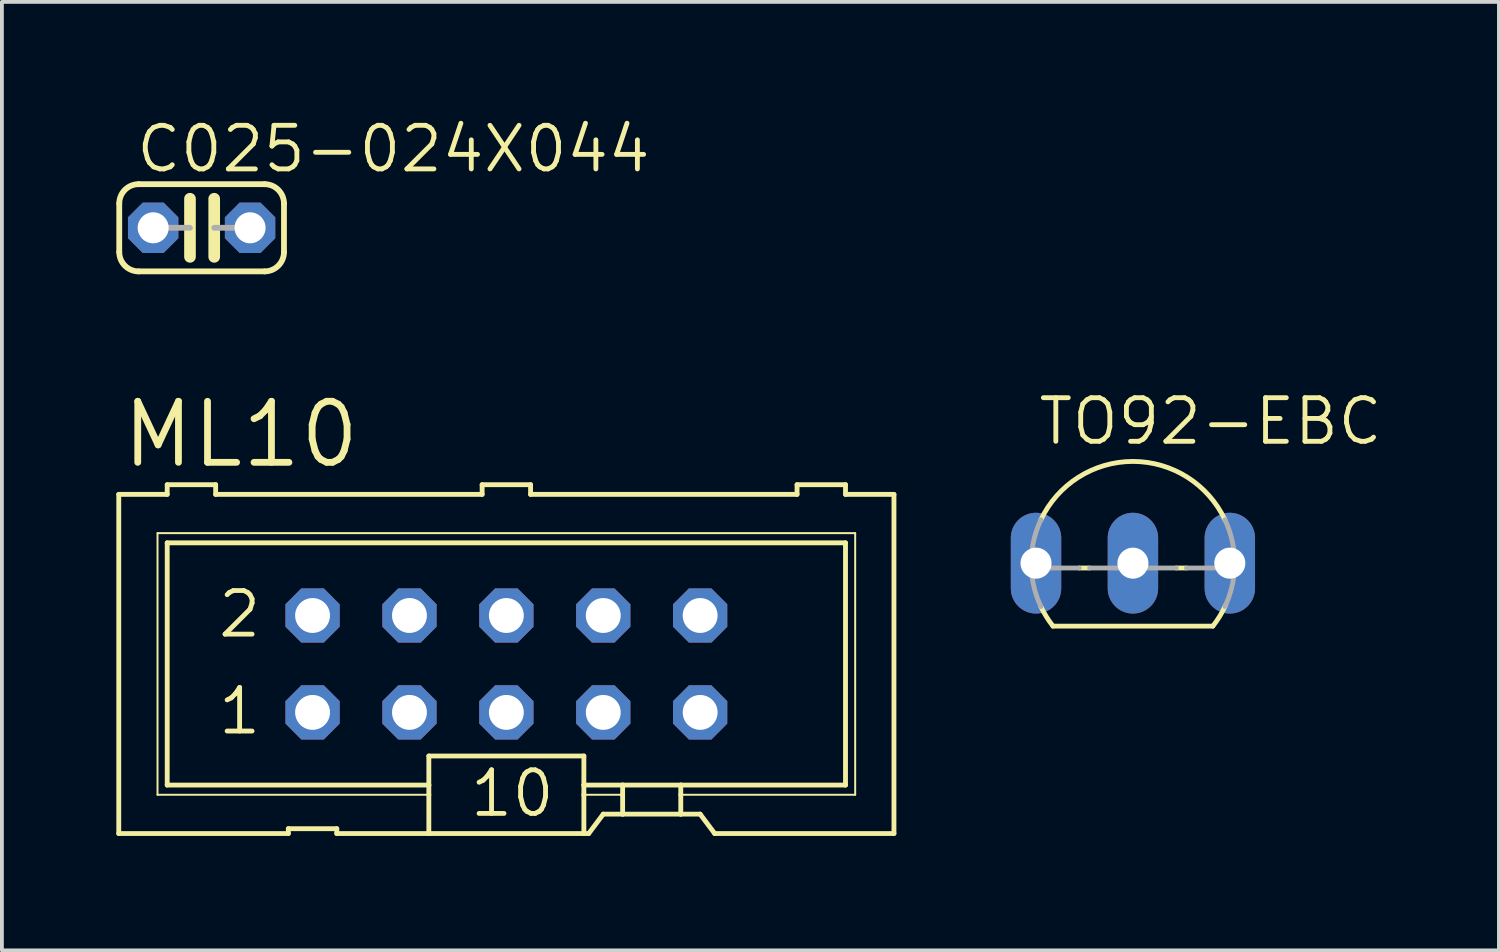
<source format=kicad_pcb>
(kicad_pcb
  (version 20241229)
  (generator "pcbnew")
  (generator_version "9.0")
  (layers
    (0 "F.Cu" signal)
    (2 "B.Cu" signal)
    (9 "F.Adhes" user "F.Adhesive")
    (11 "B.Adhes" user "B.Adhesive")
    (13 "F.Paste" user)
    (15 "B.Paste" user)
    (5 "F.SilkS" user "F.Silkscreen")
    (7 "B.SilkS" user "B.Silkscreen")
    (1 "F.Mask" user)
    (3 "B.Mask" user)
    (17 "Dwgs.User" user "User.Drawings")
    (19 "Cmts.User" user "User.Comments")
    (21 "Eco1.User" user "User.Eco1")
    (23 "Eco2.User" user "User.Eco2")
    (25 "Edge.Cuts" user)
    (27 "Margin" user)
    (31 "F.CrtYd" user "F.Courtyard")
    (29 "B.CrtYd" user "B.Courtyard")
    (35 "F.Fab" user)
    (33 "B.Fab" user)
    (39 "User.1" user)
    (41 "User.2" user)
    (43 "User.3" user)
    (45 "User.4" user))
  (footprint "TO92-EBC"
    (layer "F.Cu")
    (at 26.647 10.442)
    (property "Reference" "TO92-EBC" (at -2.54 -1.778 0) (unlocked yes) (layer "F.SilkS") (effects (font (size 1.143 1.143) (thickness 0.127)) (justify left bottom)))
    (fp_line (start -2.095 2.921) (end 2.095 2.921) (stroke (width 0.127) (type solid)) (layer "F.SilkS"))
    (fp_line (start -1.136 1.397) (end -1.404 1.397) (stroke (width 0.127) (type solid)) (layer "F.SilkS"))
    (fp_line (start 1.404 1.397) (end 1.136 1.397) (stroke (width 0.127) (type solid)) (layer "F.SilkS"))
    (fp_arc (start -2.413 0.1341) (mid -0.000001 -1.396986) (end 2.412999 0.134099) (stroke (width 0.127) (type solid)) (layer "F.SilkS"))
    (fp_arc (start -2.095 2.921) (mid -2.268918 2.67252) (end -2.4135 2.4059) (stroke (width 0.127) (type solid)) (layer "F.SilkS"))
    (fp_arc (start 2.4247 2.3818) (mid 2.275878 2.661201) (end 2.095 2.921) (stroke (width 0.127) (type solid)) (layer "F.SilkS"))
    (fp_line (start -1.404 1.397) (end -2.664 1.397) (stroke (width 0.127) (type solid)) (layer "F.Fab"))
    (fp_line (start 1.136 1.397) (end -1.136 1.397) (stroke (width 0.127) (type solid)) (layer "F.Fab"))
    (fp_line (start 2.664 1.397) (end 1.404 1.397) (stroke (width 0.127) (type solid)) (layer "F.Fab"))
    (fp_arc (start -2.664 1.397) (mid -2.615858 0.750175) (end -2.413 0.1341) (stroke (width 0.127) (type solid)) (layer "F.Fab"))
    (fp_arc (start -2.413 2.4059) (mid -2.588137 1.913799) (end -2.664 1.397) (stroke (width 0.127) (type solid)) (layer "F.Fab"))
    (fp_arc (start 2.413 0.1341) (mid 2.615858 0.750175) (end 2.664 1.397) (stroke (width 0.127) (type solid)) (layer "F.Fab"))
    (fp_arc (start 2.664 1.397) (mid 2.588137 1.913799) (end 2.413 2.4059) (stroke (width 0.127) (type solid)) (layer "F.Fab"))
    (pad "B" thru_hole oval (at 0 1.27 90) (size 2.642 1.321) (drill 0.813) (layers "*.Cu" "*.Mask"))
    (pad "C" thru_hole oval (at 2.54 1.27 90) (size 2.642 1.321) (drill 0.813) (layers "*.Cu" "*.Mask"))
    (pad "E" thru_hole oval (at -2.54 1.27 90) (size 2.642 1.321) (drill 0.813) (layers "*.Cu" "*.Mask")))
  (footprint "C025-024X044"
    (layer "F.Cu")
    (at 2.235 2.921)
    (property "Reference" "C025-024X044" (at -1.778 -1.397 0) (unlocked yes) (layer "F.SilkS") (effects (font (size 1.143 1.143) (thickness 0.127)) (justify left bottom)))
    (fp_line (start -2.159 0.635) (end -2.159 -0.635) (stroke (width 0.152) (type solid)) (layer "F.SilkS"))
    (fp_line (start -0.305 -0.762) (end -0.305 0.762) (stroke (width 0.305) (type solid)) (layer "F.SilkS"))
    (fp_line (start 0.33 -0.762) (end 0.33 0.762) (stroke (width 0.305) (type solid)) (layer "F.SilkS"))
    (fp_line (start 1.651 -1.143) (end -1.651 -1.143) (stroke (width 0.152) (type solid)) (layer "F.SilkS"))
    (fp_line (start 1.651 1.143) (end -1.651 1.143) (stroke (width 0.152) (type solid)) (layer "F.SilkS"))
    (fp_line (start 2.159 0.635) (end 2.159 -0.635) (stroke (width 0.152) (type solid)) (layer "F.SilkS"))
    (fp_arc (start -2.159 -0.635) (mid -2.01021 -0.99421) (end -1.651 -1.143) (stroke (width 0.1524) (type solid)) (layer "F.SilkS"))
    (fp_arc (start -1.651 1.143) (mid -2.01021 0.99421) (end -2.159 0.635) (stroke (width 0.1524) (type solid)) (layer "F.SilkS"))
    (fp_arc (start 1.651 -1.143) (mid 2.01021 -0.99421) (end 2.159 -0.635) (stroke (width 0.1524) (type solid)) (layer "F.SilkS"))
    (fp_arc (start 2.159 0.635) (mid 2.01021 0.99421) (end 1.651 1.143) (stroke (width 0.1524) (type solid)) (layer "F.SilkS"))
    (fp_line (start -1.27 0) (end -0.305 0) (stroke (width 0.152) (type solid)) (layer "F.Fab"))
    (fp_line (start 1.27 0) (end 0.33 0) (stroke (width 0.152) (type solid)) (layer "F.Fab"))
    (pad "1" thru_hole roundrect (at -1.27 0) (size 1.321 1.321) (drill 0.813) (layers "*.Cu" "*.Mask") (roundrect_rratio 0.25) (chamfer_ratio 0.293) (chamfer top_left top_right bottom_left bottom_right))
    (pad "2" thru_hole roundrect (at 1.27 0) (size 1.321 1.321) (drill 0.813) (layers "*.Cu" "*.Mask") (roundrect_rratio 0.25) (chamfer_ratio 0.293) (chamfer top_left top_right bottom_left bottom_right)))
  (footprint "ML10"
    (layer "F.Cu")
    (at 10.223 14.354)
    (property "Reference" "ML10" (at -10.16 -5.08 0) (unlocked yes) (layer "F.SilkS") (effects (font (size 1.6 1.6) (thickness 0.178)) (justify left bottom)))
    (fp_line (start -10.16 -4.445) (end -10.16 4.445) (stroke (width 0.127) (type solid)) (layer "F.SilkS"))
    (fp_line (start -10.16 -4.445) (end -8.89 -4.445) (stroke (width 0.127) (type solid)) (layer "F.SilkS"))
    (fp_line (start -9.144 -3.429) (end -9.144 3.429) (stroke (width 0.051) (type solid)) (layer "F.SilkS"))
    (fp_line (start -9.144 3.429) (end -2.032 3.429) (stroke (width 0.051) (type solid)) (layer "F.SilkS"))
    (fp_line (start -8.89 -4.699) (end -8.89 -4.445) (stroke (width 0.127) (type solid)) (layer "F.SilkS"))
    (fp_line (start -8.89 -3.175) (end -8.89 3.175) (stroke (width 0.127) (type solid)) (layer "F.SilkS"))
    (fp_line (start -8.89 -3.175) (end 8.89 -3.175) (stroke (width 0.127) (type solid)) (layer "F.SilkS"))
    (fp_line (start -7.62 -4.699) (end -8.89 -4.699) (stroke (width 0.127) (type solid)) (layer "F.SilkS"))
    (fp_line (start -7.62 -4.699) (end -7.62 -4.445) (stroke (width 0.127) (type solid)) (layer "F.SilkS"))
    (fp_line (start -7.62 -4.445) (end -0.635 -4.445) (stroke (width 0.127) (type solid)) (layer "F.SilkS"))
    (fp_line (start -5.715 4.445) (end -10.16 4.445) (stroke (width 0.127) (type solid)) (layer "F.SilkS"))
    (fp_line (start -5.715 4.445) (end -5.715 4.318) (stroke (width 0.127) (type solid)) (layer "F.SilkS"))
    (fp_line (start -4.445 4.318) (end -5.715 4.318) (stroke (width 0.127) (type solid)) (layer "F.SilkS"))
    (fp_line (start -4.445 4.318) (end -4.445 4.445) (stroke (width 0.127) (type solid)) (layer "F.SilkS"))
    (fp_line (start -2.032 3.175) (end -8.89 3.175) (stroke (width 0.127) (type solid)) (layer "F.SilkS"))
    (fp_line (start -2.032 3.175) (end -2.032 2.413) (stroke (width 0.127) (type solid)) (layer "F.SilkS"))
    (fp_line (start -2.032 3.175) (end -2.032 3.429) (stroke (width 0.127) (type solid)) (layer "F.SilkS"))
    (fp_line (start -2.032 3.429) (end -2.032 4.445) (stroke (width 0.127) (type solid)) (layer "F.SilkS"))
    (fp_line (start -2.032 4.445) (end -4.445 4.445) (stroke (width 0.127) (type solid)) (layer "F.SilkS"))
    (fp_line (start -0.635 -4.699) (end -0.635 -4.445) (stroke (width 0.127) (type solid)) (layer "F.SilkS"))
    (fp_line (start 0.635 -4.699) (end -0.635 -4.699) (stroke (width 0.127) (type solid)) (layer "F.SilkS"))
    (fp_line (start 0.635 -4.699) (end 0.635 -4.445) (stroke (width 0.127) (type solid)) (layer "F.SilkS"))
    (fp_line (start 0.635 -4.445) (end 7.62 -4.445) (stroke (width 0.127) (type solid)) (layer "F.SilkS"))
    (fp_line (start 2.032 2.413) (end -2.032 2.413) (stroke (width 0.127) (type solid)) (layer "F.SilkS"))
    (fp_line (start 2.032 2.413) (end 2.032 3.175) (stroke (width 0.127) (type solid)) (layer "F.SilkS"))
    (fp_line (start 2.032 3.175) (end 2.032 3.429) (stroke (width 0.127) (type solid)) (layer "F.SilkS"))
    (fp_line (start 2.032 3.429) (end 2.032 4.445) (stroke (width 0.127) (type solid)) (layer "F.SilkS"))
    (fp_line (start 2.032 4.445) (end -2.032 4.445) (stroke (width 0.127) (type solid)) (layer "F.SilkS"))
    (fp_line (start 2.159 4.445) (end 2.032 4.445) (stroke (width 0.127) (type solid)) (layer "F.SilkS"))
    (fp_line (start 2.159 4.445) (end 2.54 3.937) (stroke (width 0.127) (type solid)) (layer "F.SilkS"))
    (fp_line (start 3.048 3.175) (end 2.032 3.175) (stroke (width 0.127) (type solid)) (layer "F.SilkS"))
    (fp_line (start 3.048 3.175) (end 3.048 3.429) (stroke (width 0.127) (type solid)) (layer "F.SilkS"))
    (fp_line (start 3.048 3.429) (end 2.032 3.429) (stroke (width 0.051) (type solid)) (layer "F.SilkS"))
    (fp_line (start 3.048 3.429) (end 3.048 3.937) (stroke (width 0.127) (type solid)) (layer "F.SilkS"))
    (fp_line (start 3.048 3.937) (end 2.54 3.937) (stroke (width 0.127) (type solid)) (layer "F.SilkS"))
    (fp_line (start 4.572 3.175) (end 3.048 3.175) (stroke (width 0.127) (type solid)) (layer "F.SilkS"))
    (fp_line (start 4.572 3.175) (end 4.572 3.429) (stroke (width 0.127) (type solid)) (layer "F.SilkS"))
    (fp_line (start 4.572 3.429) (end 4.572 3.937) (stroke (width 0.127) (type solid)) (layer "F.SilkS"))
    (fp_line (start 4.572 3.429) (end 9.144 3.429) (stroke (width 0.051) (type solid)) (layer "F.SilkS"))
    (fp_line (start 4.572 3.937) (end 3.048 3.937) (stroke (width 0.127) (type solid)) (layer "F.SilkS"))
    (fp_line (start 5.08 3.937) (end 4.572 3.937) (stroke (width 0.127) (type solid)) (layer "F.SilkS"))
    (fp_line (start 5.08 3.937) (end 5.461 4.445) (stroke (width 0.127) (type solid)) (layer "F.SilkS"))
    (fp_line (start 7.62 -4.445) (end 7.62 -4.699) (stroke (width 0.127) (type solid)) (layer "F.SilkS"))
    (fp_line (start 8.89 -4.699) (end 7.62 -4.699) (stroke (width 0.127) (type solid)) (layer "F.SilkS"))
    (fp_line (start 8.89 -4.445) (end 8.89 -4.699) (stroke (width 0.127) (type solid)) (layer "F.SilkS"))
    (fp_line (start 8.89 -4.445) (end 10.16 -4.445) (stroke (width 0.127) (type solid)) (layer "F.SilkS"))
    (fp_line (start 8.89 3.175) (end 4.572 3.175) (stroke (width 0.127) (type solid)) (layer "F.SilkS"))
    (fp_line (start 8.89 3.175) (end 8.89 -3.175) (stroke (width 0.127) (type solid)) (layer "F.SilkS"))
    (fp_line (start 9.144 -3.429) (end -9.144 -3.429) (stroke (width 0.051) (type solid)) (layer "F.SilkS"))
    (fp_line (start 9.144 3.429) (end 9.144 -3.429) (stroke (width 0.051) (type solid)) (layer "F.SilkS"))
    (fp_line (start 10.16 4.445) (end 5.461 4.445) (stroke (width 0.127) (type solid)) (layer "F.SilkS"))
    (fp_line (start 10.16 4.445) (end 10.16 -4.445) (stroke (width 0.127) (type solid)) (layer "F.SilkS"))
    (fp_poly (pts (xy -5.334 -1.016) (xy -4.826 -1.016) (xy -4.826 -1.524) (xy -5.334 -1.524)) (stroke (width 0.1) (type default)) (fill no) (layer "F.Fab"))
    (fp_poly (pts (xy -5.334 1.524) (xy -4.826 1.524) (xy -4.826 1.016) (xy -5.334 1.016)) (stroke (width 0.1) (type default)) (fill no) (layer "F.Fab"))
    (fp_poly (pts (xy -2.794 -1.016) (xy -2.286 -1.016) (xy -2.286 -1.524) (xy -2.794 -1.524)) (stroke (width 0.1) (type default)) (fill no) (layer "F.Fab"))
    (fp_poly (pts (xy -2.794 1.524) (xy -2.286 1.524) (xy -2.286 1.016) (xy -2.794 1.016)) (stroke (width 0.1) (type default)) (fill no) (layer "F.Fab"))
    (fp_poly (pts (xy -0.254 -1.016) (xy 0.254 -1.016) (xy 0.254 -1.524) (xy -0.254 -1.524)) (stroke (width 0.1) (type default)) (fill no) (layer "F.Fab"))
    (fp_poly (pts (xy -0.254 1.524) (xy 0.254 1.524) (xy 0.254 1.016) (xy -0.254 1.016)) (stroke (width 0.1) (type default)) (fill no) (layer "F.Fab"))
    (fp_poly (pts (xy 2.286 -1.016) (xy 2.794 -1.016) (xy 2.794 -1.524) (xy 2.286 -1.524)) (stroke (width 0.1) (type default)) (fill no) (layer "F.Fab"))
    (fp_poly (pts (xy 2.286 1.524) (xy 2.794 1.524) (xy 2.794 1.016) (xy 2.286 1.016)) (stroke (width 0.1) (type default)) (fill no) (layer "F.Fab"))
    (fp_poly (pts (xy 4.826 -1.016) (xy 5.334 -1.016) (xy 5.334 -1.524) (xy 4.826 -1.524)) (stroke (width 0.1) (type default)) (fill no) (layer "F.Fab"))
    (fp_poly (pts (xy 4.826 1.524) (xy 5.334 1.524) (xy 5.334 1.016) (xy 4.826 1.016)) (stroke (width 0.1) (type default)) (fill no) (layer "F.Fab"))
    (fp_text user "2" (at -7.62 -0.635 0) (unlocked yes) (layer "F.SilkS") (effects (font (size 1.143 1.143) (thickness 0.127)) (justify left bottom)))
    (fp_text user "10" (at -1.016 4.064 0) (unlocked yes) (layer "F.SilkS") (effects (font (size 1.143 1.143) (thickness 0.127)) (justify left bottom)))
    (fp_text user "1" (at -7.62 1.905 0) (unlocked yes) (layer "F.SilkS") (effects (font (size 1.143 1.143) (thickness 0.127)) (justify left bottom)))
    (pad "1" thru_hole roundrect (at -5.08 1.27) (size 1.422 1.422) (drill 0.914) (layers "*.Cu" "*.Mask") (roundrect_rratio 0.25) (chamfer_ratio 0.293) (chamfer top_left top_right bottom_left bottom_right))
    (pad "2" thru_hole roundrect (at -5.08 -1.27) (size 1.422 1.422) (drill 0.914) (layers "*.Cu" "*.Mask") (roundrect_rratio 0.25) (chamfer_ratio 0.293) (chamfer top_left top_right bottom_left bottom_right))
    (pad "3" thru_hole roundrect (at -2.54 1.27) (size 1.422 1.422) (drill 0.914) (layers "*.Cu" "*.Mask") (roundrect_rratio 0.25) (chamfer_ratio 0.293) (chamfer top_left top_right bottom_left bottom_right))
    (pad "4" thru_hole roundrect (at -2.54 -1.27) (size 1.422 1.422) (drill 0.914) (layers "*.Cu" "*.Mask") (roundrect_rratio 0.25) (chamfer_ratio 0.293) (chamfer top_left top_right bottom_left bottom_right))
    (pad "5" thru_hole roundrect (at 0 1.27) (size 1.422 1.422) (drill 0.914) (layers "*.Cu" "*.Mask") (roundrect_rratio 0.25) (chamfer_ratio 0.293) (chamfer top_left top_right bottom_left bottom_right))
    (pad "6" thru_hole roundrect (at 0 -1.27) (size 1.422 1.422) (drill 0.914) (layers "*.Cu" "*.Mask") (roundrect_rratio 0.25) (chamfer_ratio 0.293) (chamfer top_left top_right bottom_left bottom_right))
    (pad "7" thru_hole roundrect (at 2.54 1.27) (size 1.422 1.422) (drill 0.914) (layers "*.Cu" "*.Mask") (roundrect_rratio 0.25) (chamfer_ratio 0.293) (chamfer top_left top_right bottom_left bottom_right))
    (pad "8" thru_hole roundrect (at 2.54 -1.27) (size 1.422 1.422) (drill 0.914) (layers "*.Cu" "*.Mask") (roundrect_rratio 0.25) (chamfer_ratio 0.293) (chamfer top_left top_right bottom_left bottom_right))
    (pad "9" thru_hole roundrect (at 5.08 1.27) (size 1.422 1.422) (drill 0.914) (layers "*.Cu" "*.Mask") (roundrect_rratio 0.25) (chamfer_ratio 0.293) (chamfer top_left top_right bottom_left bottom_right))
    (pad "10" thru_hole roundrect (at 5.08 -1.27) (size 1.422 1.422) (drill 0.914) (layers "*.Cu" "*.Mask") (roundrect_rratio 0.25) (chamfer_ratio 0.293) (chamfer top_left top_right bottom_left bottom_right)))
  (gr_rect
    (start -3 -3)
    (end 36.241 21.862)
    (stroke (width 0.1) (type default))
    (fill no)
    (layer "Edge.Cuts")))
</source>
